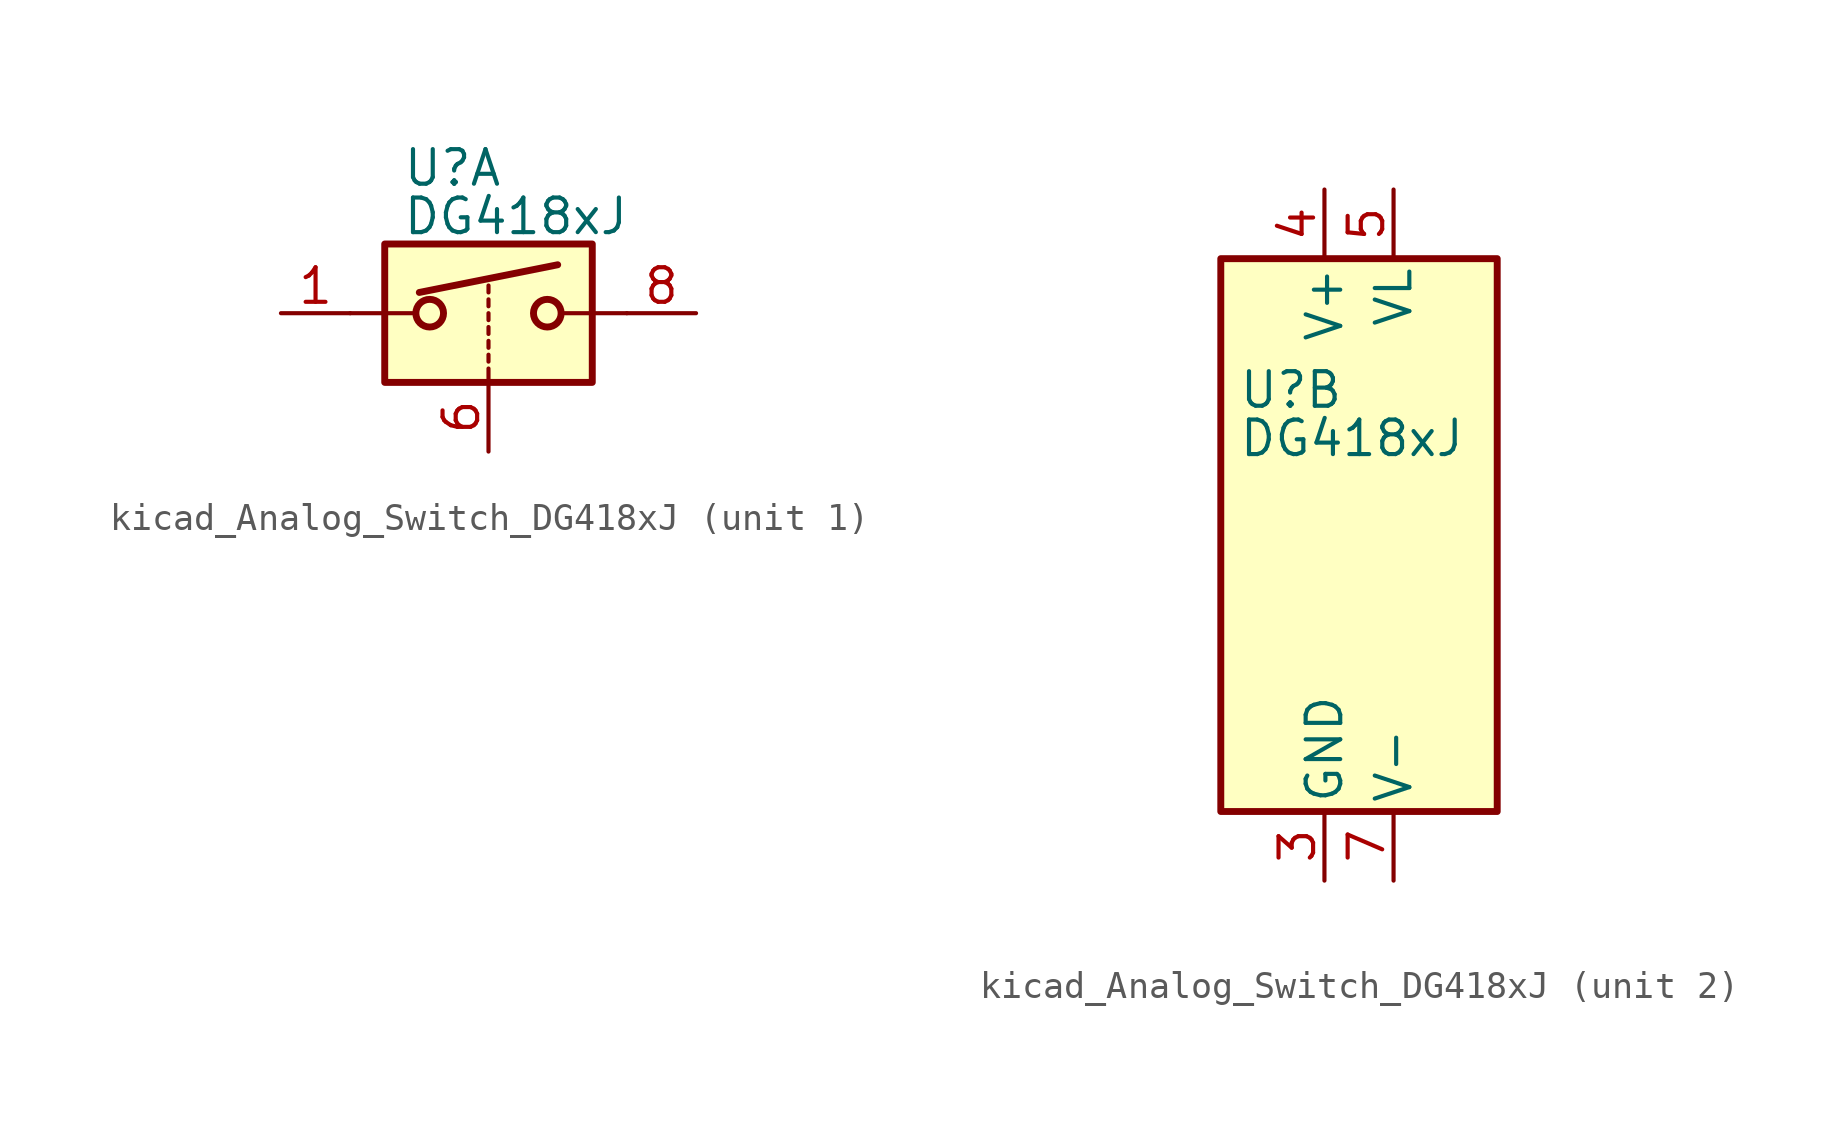
<source format=kicad_sym>
(kicad_symbol_lib
  (version 20220914)
  (generator kicad_symbol_editor)
  (symbol "kicad_Analog_Switch_DG418xJ"
    (pin_names
      (offset 0.254))
    (property "Reference" "U"
      (at -3.175 5.334 0)
      (effects (font (size 1.27 1.27)) (justify left)))
    (property "Value" "DG418xJ"
      (at -3.175 3.556 0)
      (effects (font (size 1.27 1.27)) (justify left)))
    (symbol "kicad_Analog_Switch_DG418xJ_1_1"
      (rectangle (start -3.81 2.54) (end 3.81 -2.54) (stroke (width 0.254) (type default)) (fill (type background)))
      (circle (center -2.159 0) (radius 0.508) (stroke (width 0.254) (type default)) (fill (type none)))
      (polyline (pts (xy -5.08 0) (xy -2.794 0)) (stroke (width 0) (type default)) (fill (type none)))
      (polyline (pts (xy -2.54 0.762) (xy 2.54 1.778)) (stroke (width 0.254) (type default)) (fill (type none)))
      (polyline (pts (xy 0 -2.54) (xy 0 -2.032)) (stroke (width 0) (type default)) (fill (type none)))
      (polyline (pts (xy 0 -1.778) (xy 0 -1.524)) (stroke (width 0) (type default)) (fill (type none)))
      (polyline (pts (xy 0 -1.27) (xy 0 -1.016)) (stroke (width 0) (type default)) (fill (type none)))
      (polyline (pts (xy 0 -0.762) (xy 0 -0.508)) (stroke (width 0) (type default)) (fill (type none)))
      (polyline (pts (xy 0 -0.254) (xy 0 0)) (stroke (width 0) (type default)) (fill (type none)))
      (polyline (pts (xy 0 0.254) (xy 0 0.508)) (stroke (width 0) (type default)) (fill (type none)))
      (polyline (pts (xy 0 0.762) (xy 0 1.016)) (stroke (width 0) (type default)) (fill (type none)))
      (polyline (pts (xy 5.08 0) (xy 2.794 0)) (stroke (width 0) (type default)) (fill (type none)))
      (circle (center 2.159 0) (radius 0.508) (stroke (width 0.254) (type default)) (fill (type none)))
      (pin passive line (at -7.62 0 0) (length 2.54) (name "~" (effects (font (size 1.27 1.27)))) (number "1" (effects (font (size 1.27 1.27)))))
      (pin input line (at 0 -5.08 90) (length 2.54) (name "~" (effects (font (size 1.27 1.27)))) (number "6" (effects (font (size 1.27 1.27)))))
      (pin passive line (at 7.62 0 180) (length 2.54) (name "~" (effects (font (size 1.27 1.27)))) (number "8" (effects (font (size 1.27 1.27))))))
    (symbol "kicad_Analog_Switch_DG418xJ_2_0"
      (pin no_connect line (at -2.54 10.16 270) (length 2.54) hide (name "NC" (effects (font (size 1.27 1.27)))) (number "2" (effects (font (size 1.27 1.27)))))
      (pin power_in line (at 0 -12.7 90) (length 2.54) (name "GND" (effects (font (size 1.27 1.27)))) (number "3" (effects (font (size 1.27 1.27)))))
      (pin power_in line (at 0 12.7 270) (length 2.54) (name "V+" (effects (font (size 1.27 1.27)))) (number "4" (effects (font (size 1.27 1.27)))))
      (pin power_in line (at 2.54 12.7 270) (length 2.54) (name "VL" (effects (font (size 1.27 1.27)))) (number "5" (effects (font (size 1.27 1.27)))))
      (pin power_in line (at 2.54 -12.7 90) (length 2.54) (name "V-" (effects (font (size 1.27 1.27)))) (number "7" (effects (font (size 1.27 1.27))))))
    (symbol "kicad_Analog_Switch_DG418xJ_2_1"
      (rectangle (start -3.81 10.16) (end 6.35 -10.16) (stroke (width 0.254) (type default)) (fill (type background))))))
</source>
